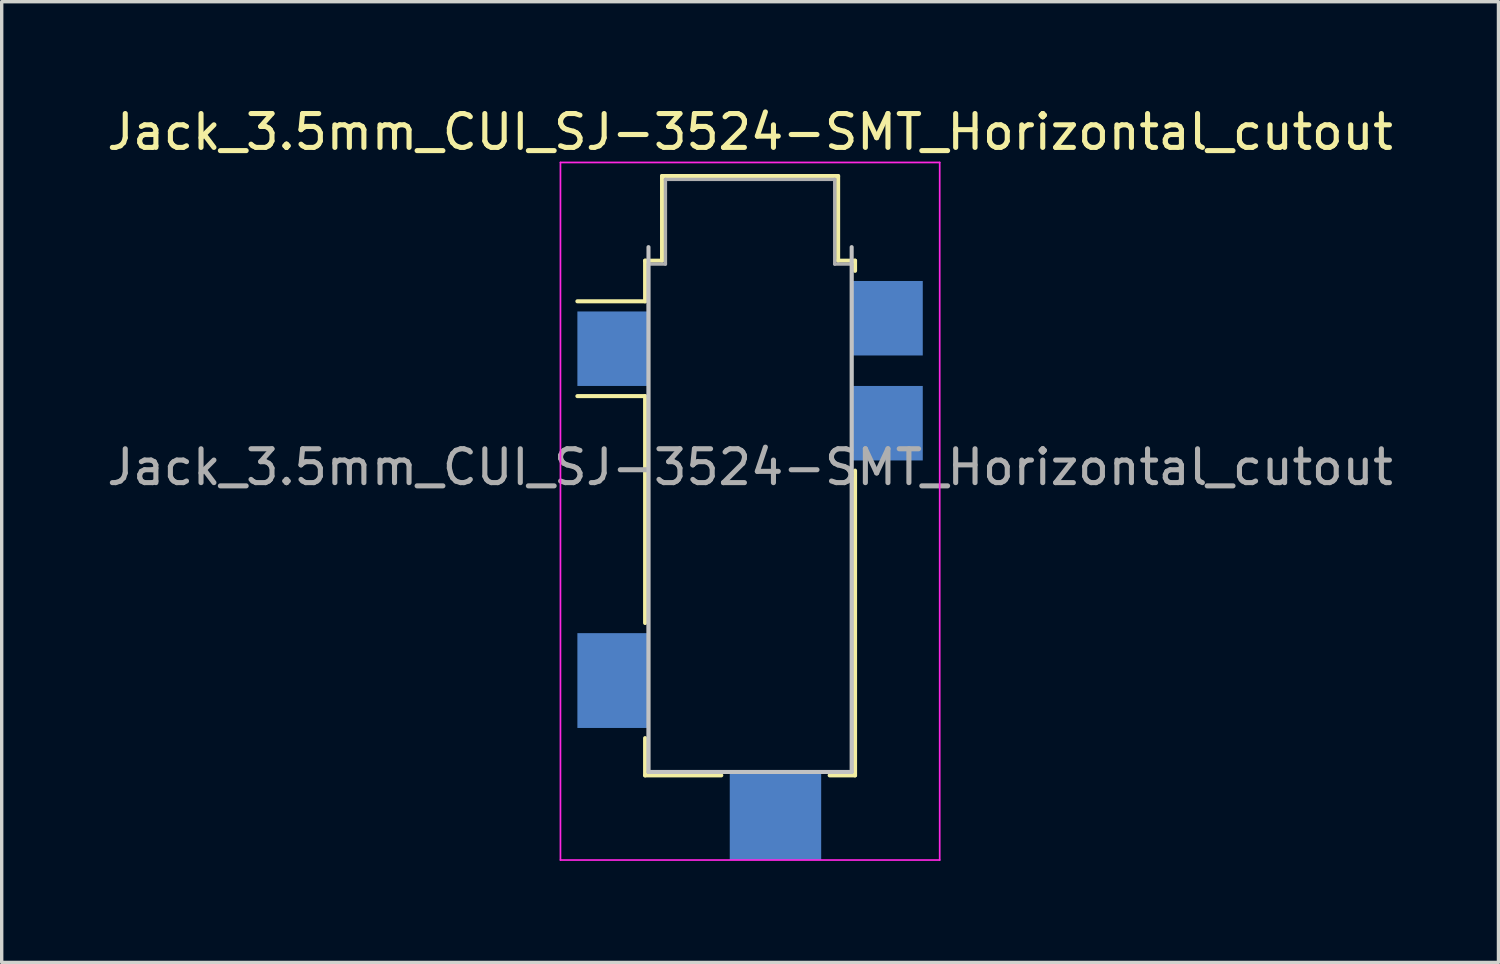
<source format=kicad_pcb>
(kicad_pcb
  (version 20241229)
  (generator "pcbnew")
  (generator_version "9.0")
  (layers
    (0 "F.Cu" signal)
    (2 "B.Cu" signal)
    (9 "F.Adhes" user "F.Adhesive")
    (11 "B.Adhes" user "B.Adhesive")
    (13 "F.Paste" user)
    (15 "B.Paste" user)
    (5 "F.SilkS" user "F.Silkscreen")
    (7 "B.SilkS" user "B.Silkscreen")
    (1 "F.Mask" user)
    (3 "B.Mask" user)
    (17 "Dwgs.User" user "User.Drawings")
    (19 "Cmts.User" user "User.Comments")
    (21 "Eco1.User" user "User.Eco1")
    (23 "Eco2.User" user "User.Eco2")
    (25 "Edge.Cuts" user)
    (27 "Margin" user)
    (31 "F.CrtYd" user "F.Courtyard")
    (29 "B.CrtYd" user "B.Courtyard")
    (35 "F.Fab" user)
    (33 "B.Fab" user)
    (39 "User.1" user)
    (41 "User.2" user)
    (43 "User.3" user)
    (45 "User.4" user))
  (footprint "Jack_3.5mm_CUI_SJ-3524-SMT_Horizontal_cutout"
    (layer "F.Cu")
    (at 19.101 8.248)
    (property "Reference" "Jack_3.5mm_CUI_SJ-3524-SMT_Horizontal_cutout" (at 0 -7.4 0) (layer "F.SilkS") (effects (font (size 1 1) (thickness 0.15))))
    (attr smd)
    (fp_line (start -3.1 -3.6) (end -2.6 -3.6) (stroke (width 0.12) (type solid)) (layer "F.SilkS"))
    (fp_line (start -3.1 -2.4) (end -5.1 -2.4) (stroke (width 0.12) (type solid)) (layer "F.SilkS"))
    (fp_line (start -3.1 -2.4) (end -3.1 -3.6) (stroke (width 0.12) (type solid)) (layer "F.SilkS"))
    (fp_line (start -3.1 0.4) (end -5.1 0.4) (stroke (width 0.12) (type solid)) (layer "F.SilkS"))
    (fp_line (start -3.1 7.1) (end -3.1 0.4) (stroke (width 0.12) (type solid)) (layer "F.SilkS"))
    (fp_line (start -3.1 11.6) (end -3.1 10.5) (stroke (width 0.12) (type solid)) (layer "F.SilkS"))
    (fp_line (start -2.6 -6.1) (end 2.6 -6.1) (stroke (width 0.12) (type solid)) (layer "F.SilkS"))
    (fp_line (start -2.6 -3.6) (end -2.6 -6.1) (stroke (width 0.12) (type solid)) (layer "F.SilkS"))
    (fp_line (start -0.85 11.6) (end -3.1 11.6) (stroke (width 0.12) (type solid)) (layer "F.SilkS"))
    (fp_line (start 2.6 -6.1) (end 2.6 -3.6) (stroke (width 0.12) (type solid)) (layer "F.SilkS"))
    (fp_line (start 2.6 -3.6) (end 3.1 -3.6) (stroke (width 0.12) (type solid)) (layer "F.SilkS"))
    (fp_line (start 3.1 -3.6) (end 3.1 -3.3) (stroke (width 0.12) (type solid)) (layer "F.SilkS"))
    (fp_line (start 3.1 2.6) (end 3.1 11.6) (stroke (width 0.12) (type solid)) (layer "F.SilkS"))
    (fp_line (start 3.1 11.6) (end 2.35 11.6) (stroke (width 0.12) (type solid)) (layer "F.SilkS"))
    (fp_line (start -3 -4) (end -3 11.5) (stroke (width 0.12) (type solid)) (layer "Dwgs.User"))
    (fp_line (start -3 11.5) (end 3 11.5) (stroke (width 0.12) (type solid)) (layer "Dwgs.User"))
    (fp_line (start 3 11.5) (end 3 -4) (stroke (width 0.12) (type solid)) (layer "Dwgs.User"))
    (fp_line (start -5.6 -6.5) (end 5.6 -6.5) (stroke (width 0.05) (type solid)) (layer "F.CrtYd"))
    (fp_line (start -5.6 14.1) (end -5.6 -6.5) (stroke (width 0.05) (type solid)) (layer "F.CrtYd"))
    (fp_line (start 5.6 -6.5) (end 5.6 14.1) (stroke (width 0.05) (type solid)) (layer "F.CrtYd"))
    (fp_line (start 5.6 14.1) (end -5.6 14.1) (stroke (width 0.05) (type solid)) (layer "F.CrtYd"))
    (fp_line (start -3 -3.5) (end -2.5 -3.5) (stroke (width 0.1) (type solid)) (layer "F.Fab"))
    (fp_line (start -3 11.5) (end -3 -3.5) (stroke (width 0.1) (type solid)) (layer "F.Fab"))
    (fp_line (start -2.5 -6) (end 2.5 -6) (stroke (width 0.1) (type solid)) (layer "F.Fab"))
    (fp_line (start -2.5 -3.5) (end -2.5 -6) (stroke (width 0.1) (type solid)) (layer "F.Fab"))
    (fp_line (start 2.5 -6) (end 2.5 -3.5) (stroke (width 0.1) (type solid)) (layer "F.Fab"))
    (fp_line (start 2.5 -3.5) (end 3 -3.5) (stroke (width 0.1) (type solid)) (layer "F.Fab"))
    (fp_line (start 3 -3.5) (end 3 11.5) (stroke (width 0.1) (type solid)) (layer "F.Fab"))
    (fp_line (start 3 11.5) (end -3 11.5) (stroke (width 0.1) (type solid)) (layer "F.Fab"))
    (fp_text user "${REFERENCE}" (at 0 2.5 0) (layer "F.Fab") (effects (font (size 1 1) (thickness 0.15))))
    (pad "G" smd rect (at -4.05 -1) (size 2.1 2.2) (layers "B.Cu" "B.Mask" "B.Paste"))
    (pad "S" smd rect (at 4.05 1.2) (size 2.1 2.2) (layers "B.Cu" "B.Mask" "B.Paste"))
    (pad "SN" smd rect (at 4.05 -1.9) (size 2.1 2.2) (layers "B.Cu" "B.Mask" "B.Paste"))
    (pad "T" smd rect (at -4.05 8.8) (size 2.1 2.8) (layers "B.Cu" "B.Mask" "B.Paste"))
    (pad "TN" smd rect (at 0.75 12.8) (size 2.7 2.6) (layers "B.Cu" "B.Mask" "B.Paste")))
  (gr_rect
    (start -3 -3)
    (end 41.202 25.373)
    (stroke (width 0.1) (type default))
    (fill no)
    (layer "Edge.Cuts")))
</source>
